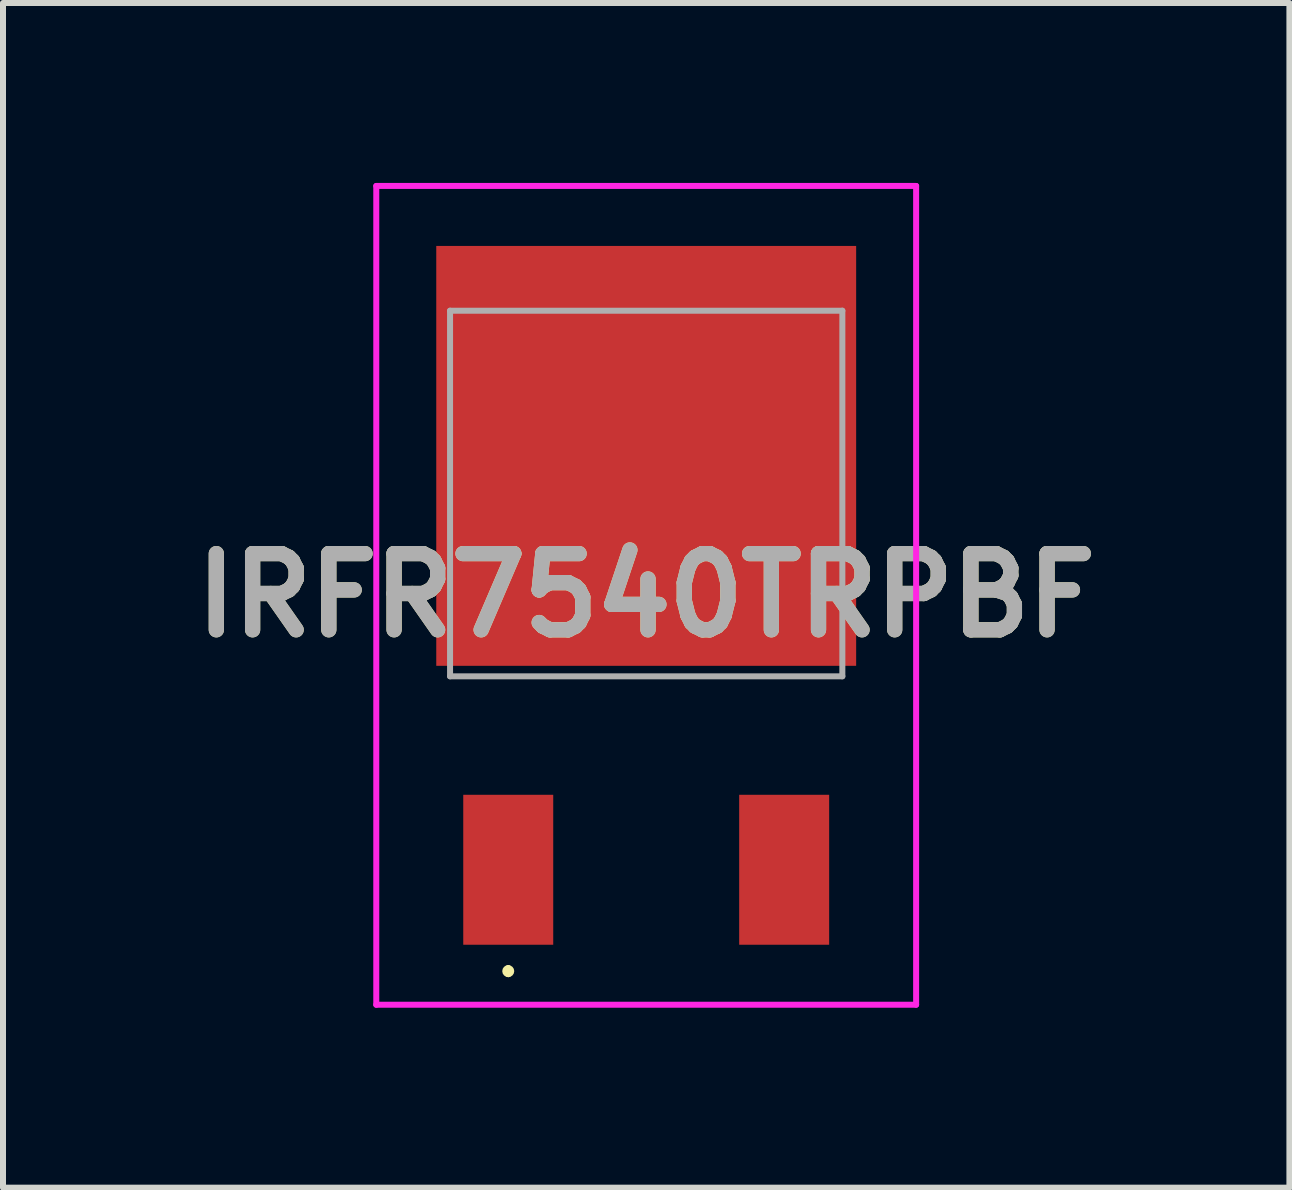
<source format=kicad_pcb>
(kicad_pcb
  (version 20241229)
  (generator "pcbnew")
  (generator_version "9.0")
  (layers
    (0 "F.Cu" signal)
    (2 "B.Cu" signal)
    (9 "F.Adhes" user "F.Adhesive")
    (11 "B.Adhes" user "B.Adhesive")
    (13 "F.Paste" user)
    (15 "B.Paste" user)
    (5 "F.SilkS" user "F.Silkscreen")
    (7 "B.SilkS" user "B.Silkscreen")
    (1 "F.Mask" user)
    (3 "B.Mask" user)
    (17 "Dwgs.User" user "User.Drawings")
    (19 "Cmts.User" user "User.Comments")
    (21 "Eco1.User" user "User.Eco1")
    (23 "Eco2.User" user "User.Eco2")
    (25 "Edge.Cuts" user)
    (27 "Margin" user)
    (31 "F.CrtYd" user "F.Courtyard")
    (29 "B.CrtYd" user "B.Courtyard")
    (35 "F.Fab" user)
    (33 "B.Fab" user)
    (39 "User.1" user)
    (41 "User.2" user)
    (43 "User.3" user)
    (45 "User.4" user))
  (footprint "IRFR7540TRPBF"
    (layer "F.Cu")
    (at 7.723 6.79)
    (property "Reference" "IRFR7540TRPBF" (at 0 0.085 0) (layer "F.SilkS") (effects (font (size 1.27 1.27) (thickness 0.254))))
    (attr smd)
    (fp_line (start -2.3 6.3) (end -2.3 6.3) (stroke (width 0.1) (type solid)) (layer "F.SilkS"))
    (fp_line (start -2.3 6.4) (end -2.3 6.4) (stroke (width 0.1) (type solid)) (layer "F.SilkS"))
    (fp_arc (start -2.3 6.3) (mid -2.25 6.35) (end -2.3 6.4) (stroke (width 0.1) (type solid)) (layer "F.SilkS"))
    (fp_arc (start -2.3 6.4) (mid -2.35 6.35) (end -2.3 6.3) (stroke (width 0.1) (type solid)) (layer "F.SilkS"))
    (fp_line (start -4.5 -6.74) (end 4.5 -6.74) (stroke (width 0.1) (type solid)) (layer "F.CrtYd"))
    (fp_line (start -4.5 6.91) (end -4.5 -6.74) (stroke (width 0.1) (type solid)) (layer "F.CrtYd"))
    (fp_line (start 4.5 -6.74) (end 4.5 6.91) (stroke (width 0.1) (type solid)) (layer "F.CrtYd"))
    (fp_line (start 4.5 6.91) (end -4.5 6.91) (stroke (width 0.1) (type solid)) (layer "F.CrtYd"))
    (fp_line (start -3.27 -4.66) (end 3.27 -4.66) (stroke (width 0.1) (type solid)) (layer "F.Fab"))
    (fp_line (start -3.27 1.435) (end -3.27 -4.66) (stroke (width 0.1) (type solid)) (layer "F.Fab"))
    (fp_line (start 3.27 -4.66) (end 3.27 1.435) (stroke (width 0.1) (type solid)) (layer "F.Fab"))
    (fp_line (start 3.27 1.435) (end -3.27 1.435) (stroke (width 0.1) (type solid)) (layer "F.Fab"))
    (fp_text user "${REFERENCE}" (at 0 0.085 0) (layer "F.Fab") (effects (font (size 1.27 1.27) (thickness 0.254))))
    (pad "1" smd rect (at -2.3 4.66) (size 1.5 2.5) (layers "F.Cu" "F.Mask" "F.Paste"))
    (pad "2" smd rect (at 0 -2.24) (size 7 7) (layers "F.Cu" "F.Mask" "F.Paste"))
    (pad "3" smd rect (at 2.3 4.66) (size 1.5 2.5) (layers "F.Cu" "F.Mask" "F.Paste")))
  (gr_rect
    (start -3 -3)
    (end 18.446 16.75)
    (stroke (width 0.1) (type default))
    (fill no)
    (layer "Edge.Cuts")))
</source>
